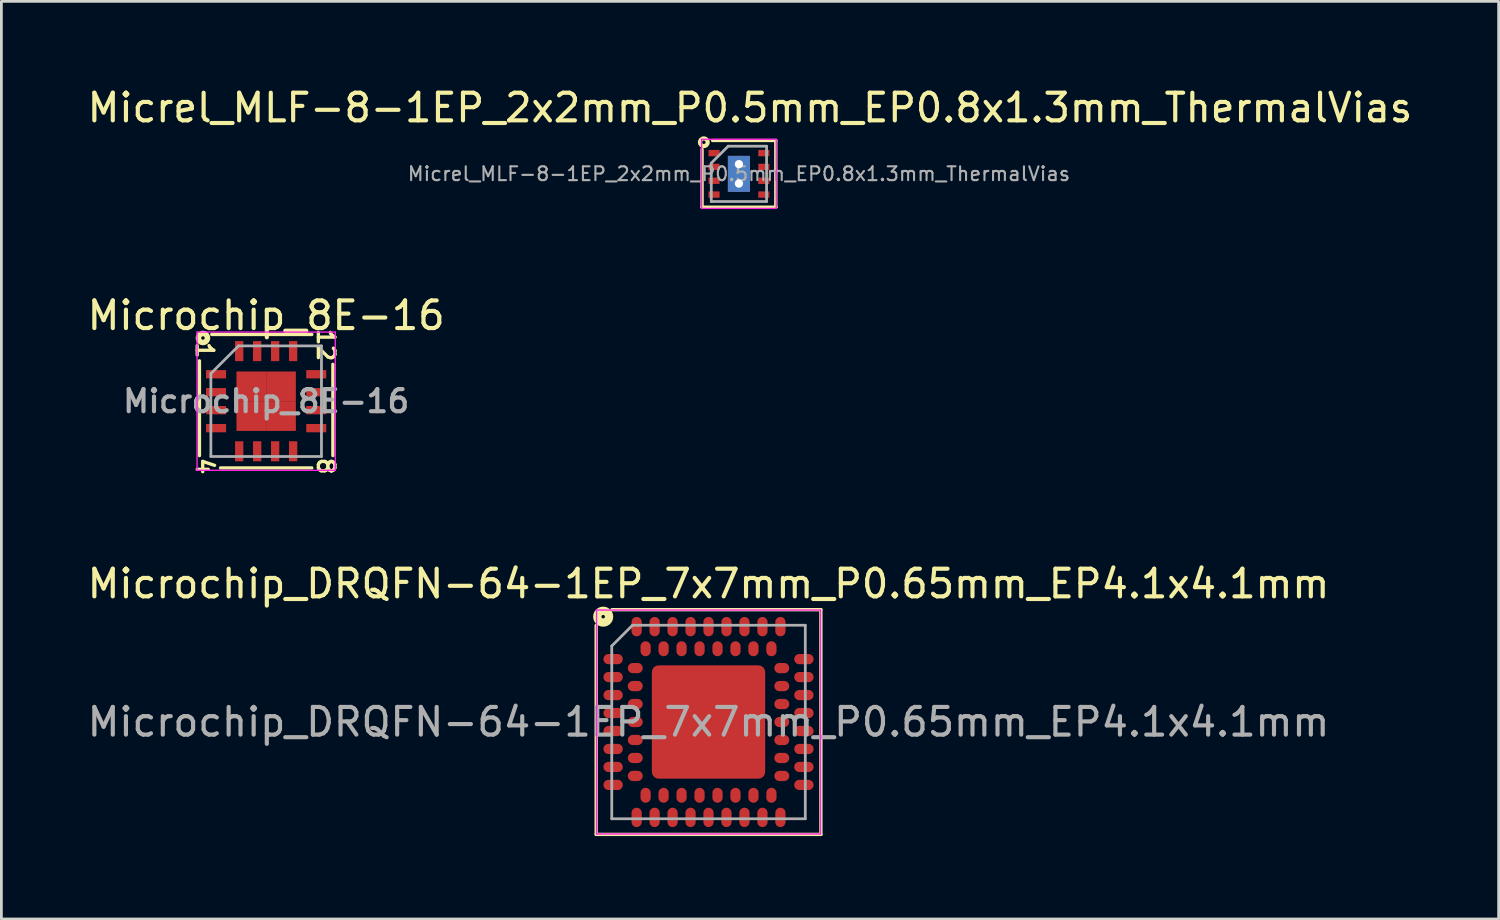
<source format=kicad_pcb>
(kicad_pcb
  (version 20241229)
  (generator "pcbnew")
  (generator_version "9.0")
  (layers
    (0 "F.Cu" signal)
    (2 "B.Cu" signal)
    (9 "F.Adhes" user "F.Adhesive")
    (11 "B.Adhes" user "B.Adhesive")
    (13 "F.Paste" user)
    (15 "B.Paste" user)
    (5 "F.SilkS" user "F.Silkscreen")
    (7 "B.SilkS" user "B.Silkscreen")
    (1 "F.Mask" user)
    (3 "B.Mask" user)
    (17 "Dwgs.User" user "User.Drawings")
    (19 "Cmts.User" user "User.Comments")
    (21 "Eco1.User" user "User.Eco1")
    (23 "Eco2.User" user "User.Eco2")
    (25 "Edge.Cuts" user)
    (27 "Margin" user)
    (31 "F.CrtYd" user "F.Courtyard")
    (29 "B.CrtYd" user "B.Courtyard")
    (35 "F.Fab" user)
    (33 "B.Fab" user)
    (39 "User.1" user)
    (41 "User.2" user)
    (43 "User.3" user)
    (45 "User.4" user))
  (footprint "Microchip_8E-16"
    (layer "F.Cu")
    (at 6.577 11.461)
    (property "Reference" "Microchip_8E-16" (at 0 -3.1 0) (layer "F.SilkS") (effects (font (size 1 1) (thickness 0.15))))
    (attr smd)
    (fp_line (start -2.413 1.968) (end -2.413 -1.46) (stroke (width 0.12) (type solid)) (layer "F.SilkS"))
    (fp_line (start -1.968 -2.413) (end 1.651 -2.413) (stroke (width 0.12) (type solid)) (layer "F.SilkS"))
    (fp_line (start 1.651 2.413) (end -1.651 2.413) (stroke (width 0.12) (type solid)) (layer "F.SilkS"))
    (fp_line (start 2.413 -1.333) (end 2.413 1.968) (stroke (width 0.12) (type solid)) (layer "F.SilkS"))
    (fp_circle (center -2.286 -2.286) (end -2.223 -2.286) (stroke (width 0.2) (type solid)) (fill no) (layer "F.SilkS"))
    (fp_line (start -2.5 -2.5) (end -2.5 2.5) (stroke (width 0.05) (type solid)) (layer "F.CrtYd"))
    (fp_line (start -2.5 -2.5) (end 2.5 -2.5) (stroke (width 0.05) (type solid)) (layer "F.CrtYd"))
    (fp_line (start -2.5 2.5) (end 2.5 2.5) (stroke (width 0.05) (type solid)) (layer "F.CrtYd"))
    (fp_line (start 2.5 -2.5) (end 2.5 2.5) (stroke (width 0.05) (type solid)) (layer "F.CrtYd"))
    (fp_line (start -2 2) (end -2 -1) (stroke (width 0.1) (type solid)) (layer "F.Fab"))
    (fp_line (start -1 -2) (end -2 -1) (stroke (width 0.1) (type solid)) (layer "F.Fab"))
    (fp_line (start -1 -2) (end 2 -2) (stroke (width 0.1) (type solid)) (layer "F.Fab"))
    (fp_line (start 2 -2) (end 2 2) (stroke (width 0.1) (type solid)) (layer "F.Fab"))
    (fp_line (start 2 2) (end -2 2) (stroke (width 0.1) (type solid)) (layer "F.Fab"))
    (fp_text user "12" (at 2.159 -2.032 270) (unlocked yes) (layer "F.SilkS") (effects (font (size 0.6 0.6) (thickness 0.12))))
    (fp_text user "1" (at -2.223 -1.841 270) (unlocked yes) (layer "F.SilkS") (effects (font (size 0.6 0.6) (thickness 0.12))))
    (fp_text user "8" (at 2.159 2.349 270) (unlocked yes) (layer "F.SilkS") (effects (font (size 0.6 0.6) (thickness 0.12))))
    (fp_text user "4" (at -2.223 2.349 270) (unlocked yes) (layer "F.SilkS") (effects (font (size 0.6 0.6) (thickness 0.12))))
    (fp_text user "${REFERENCE}" (at 0 0 0) (layer "F.Fab") (effects (font (size 0.8 0.8) (thickness 0.15))))
    (pad "1" smd rect (at -1.812 -0.975) (size 0.725 0.3) (layers "F.Cu" "F.Mask" "F.Paste"))
    (pad "2" smd rect (at -1.812 -0.325) (size 0.725 0.3) (layers "F.Cu" "F.Mask" "F.Paste"))
    (pad "3" smd rect (at -1.812 0.325) (size 0.725 0.3) (layers "F.Cu" "F.Mask" "F.Paste"))
    (pad "4" smd rect (at -1.812 0.975) (size 0.725 0.3) (layers "F.Cu" "F.Mask" "F.Paste"))
    (pad "5" smd rect (at -0.975 1.812 90) (size 0.725 0.3) (layers "F.Cu" "F.Mask" "F.Paste"))
    (pad "6" smd rect (at -0.325 1.812 90) (size 0.725 0.3) (layers "F.Cu" "F.Mask" "F.Paste"))
    (pad "7" smd rect (at 0.325 1.812 90) (size 0.725 0.3) (layers "F.Cu" "F.Mask" "F.Paste"))
    (pad "8" smd rect (at 0.975 1.812 90) (size 0.725 0.3) (layers "F.Cu" "F.Mask" "F.Paste"))
    (pad "9" smd rect (at 1.812 0.975) (size 0.725 0.3) (layers "F.Cu" "F.Mask" "F.Paste"))
    (pad "10" smd rect (at 1.812 0.325) (size 0.725 0.3) (layers "F.Cu" "F.Mask" "F.Paste"))
    (pad "11" smd rect (at 1.812 -0.325) (size 0.725 0.3) (layers "F.Cu" "F.Mask" "F.Paste"))
    (pad "12" smd rect (at 1.812 -0.975) (size 0.725 0.3) (layers "F.Cu" "F.Mask" "F.Paste"))
    (pad "13" smd rect (at 0.975 -1.812 90) (size 0.725 0.3) (layers "F.Cu" "F.Mask" "F.Paste"))
    (pad "14" smd rect (at 0.325 -1.812 90) (size 0.725 0.3) (layers "F.Cu" "F.Mask" "F.Paste"))
    (pad "15" smd rect (at -0.325 -1.812 90) (size 0.725 0.3) (layers "F.Cu" "F.Mask" "F.Paste"))
    (pad "16" smd rect (at -0.975 -1.812 90) (size 0.725 0.3) (layers "F.Cu" "F.Mask" "F.Paste"))
    (pad "17" smd rect (at -0.537 -0.537) (size 1.075 1.075) (layers "F.Cu" "F.Mask" "F.Paste"))
    (pad "17" smd rect (at -0.537 0.537) (size 1.075 1.075) (layers "F.Cu" "F.Mask" "F.Paste"))
    (pad "17" smd rect (at 0.537 -0.537) (size 1.075 1.075) (layers "F.Cu" "F.Mask" "F.Paste"))
    (pad "17" smd rect (at 0.537 0.537) (size 1.075 1.075) (layers "F.Cu" "F.Mask" "F.Paste")))
  (footprint "Microchip_DRQFN-64-1EP_7x7mm_P0.65mm_EP4.1x4.1mm"
    (layer "F.Cu")
    (at 22.577 23.065)
    (property "Reference" "Microchip_DRQFN-64-1EP_7x7mm_P0.65mm_EP4.1x4.1mm" (at 0 -5 0) (layer "F.SilkS") (effects (font (size 1 1) (thickness 0.15))))
    (attr smd)
    (fp_line (start -4.064 4.064) (end -4.064 -3.493) (stroke (width 0.12) (type solid)) (layer "F.SilkS"))
    (fp_line (start -3.493 -4.064) (end 4.064 -4.064) (stroke (width 0.12) (type solid)) (layer "F.SilkS"))
    (fp_line (start 4.064 -4.064) (end 4.064 4.064) (stroke (width 0.12) (type solid)) (layer "F.SilkS"))
    (fp_line (start 4.064 4.064) (end -4.064 4.064) (stroke (width 0.12) (type solid)) (layer "F.SilkS"))
    (fp_circle (center -3.81 -3.81) (end -3.747 -3.81) (stroke (width 0.3) (type solid)) (fill no) (layer "F.SilkS"))
    (fp_line (start -4.05 -4.05) (end 4.05 -4.05) (stroke (width 0.05) (type solid)) (layer "F.CrtYd"))
    (fp_line (start -4.05 4.05) (end -4.05 -4.05) (stroke (width 0.05) (type solid)) (layer "F.CrtYd"))
    (fp_line (start 4.05 -4.05) (end 4.05 4.05) (stroke (width 0.05) (type solid)) (layer "F.CrtYd"))
    (fp_line (start 4.05 4.05) (end -4.05 4.05) (stroke (width 0.05) (type solid)) (layer "F.CrtYd"))
    (fp_line (start -3.5 -2.75) (end -2.75 -3.5) (stroke (width 0.1) (type solid)) (layer "F.Fab"))
    (fp_line (start -3.5 3.5) (end -3.5 -2.75) (stroke (width 0.1) (type solid)) (layer "F.Fab"))
    (fp_line (start -2.75 -3.5) (end 3.5 -3.5) (stroke (width 0.1) (type solid)) (layer "F.Fab"))
    (fp_line (start 3.5 -3.5) (end 3.5 3.5) (stroke (width 0.1) (type solid)) (layer "F.Fab"))
    (fp_line (start 3.5 3.5) (end -3.5 3.5) (stroke (width 0.1) (type solid)) (layer "F.Fab"))
    (fp_text user "${REFERENCE}" (at 0 0 0) (layer "F.Fab") (effects (font (size 1 1) (thickness 0.15))))
    (pad "" smd roundrect (at -1.3 -1.3) (size 1.15 1.15) (layers "F.Paste") (roundrect_rratio 0.1))
    (pad "" smd roundrect (at -1.3 0) (size 1.15 1.15) (layers "F.Paste") (roundrect_rratio 0.1))
    (pad "" smd roundrect (at -1.3 1.3) (size 1.15 1.15) (layers "F.Paste") (roundrect_rratio 0.1))
    (pad "" smd roundrect (at 0 -1.3) (size 1.15 1.15) (layers "F.Paste") (roundrect_rratio 0.1))
    (pad "" smd roundrect (at 0 0) (size 1.15 1.15) (layers "F.Paste") (roundrect_rratio 0.1))
    (pad "" smd roundrect (at 0 1.3) (size 1.15 1.15) (layers "F.Paste") (roundrect_rratio 0.1))
    (pad "" smd roundrect (at 1.3 -1.3) (size 1.15 1.15) (layers "F.Paste") (roundrect_rratio 0.1))
    (pad "" smd roundrect (at 1.3 0) (size 1.15 1.15) (layers "F.Paste") (roundrect_rratio 0.1))
    (pad "" smd roundrect (at 1.3 1.3) (size 1.15 1.15) (layers "F.Paste") (roundrect_rratio 0.1))
    (pad "A1" smd oval (at -3.45 -2.275) (size 0.7 0.37) (layers "F.Cu" "F.Mask" "F.Paste"))
    (pad "A2" smd oval (at -3.45 -1.625) (size 0.7 0.37) (layers "F.Cu" "F.Mask" "F.Paste"))
    (pad "A3" smd oval (at -3.45 -0.975) (size 0.7 0.37) (layers "F.Cu" "F.Mask" "F.Paste"))
    (pad "A4" smd oval (at -3.45 -0.325) (size 0.7 0.37) (layers "F.Cu" "F.Mask" "F.Paste"))
    (pad "A5" smd oval (at -3.45 0.325) (size 0.7 0.37) (layers "F.Cu" "F.Mask" "F.Paste"))
    (pad "A6" smd oval (at -3.45 0.975) (size 0.7 0.37) (layers "F.Cu" "F.Mask" "F.Paste"))
    (pad "A7" smd oval (at -3.45 1.625) (size 0.7 0.37) (layers "F.Cu" "F.Mask" "F.Paste"))
    (pad "A8" smd oval (at -3.45 2.275) (size 0.7 0.37) (layers "F.Cu" "F.Mask" "F.Paste"))
    (pad "A9" smd oval (at -2.6 3.45) (size 0.37 0.7) (layers "F.Cu" "F.Mask" "F.Paste"))
    (pad "A10" smd oval (at -1.95 3.45) (size 0.37 0.7) (layers "F.Cu" "F.Mask" "F.Paste"))
    (pad "A11" smd oval (at -1.3 3.45) (size 0.37 0.7) (layers "F.Cu" "F.Mask" "F.Paste"))
    (pad "A12" smd oval (at -0.65 3.45) (size 0.37 0.7) (layers "F.Cu" "F.Mask" "F.Paste"))
    (pad "A13" smd oval (at 0 3.45) (size 0.37 0.7) (layers "F.Cu" "F.Mask" "F.Paste"))
    (pad "A14" smd oval (at 0.65 3.45) (size 0.37 0.7) (layers "F.Cu" "F.Mask" "F.Paste"))
    (pad "A15" smd oval (at 1.3 3.45) (size 0.37 0.7) (layers "F.Cu" "F.Mask" "F.Paste"))
    (pad "A16" smd oval (at 1.95 3.45) (size 0.37 0.7) (layers "F.Cu" "F.Mask" "F.Paste"))
    (pad "A17" smd oval (at 2.6 3.45) (size 0.37 0.7) (layers "F.Cu" "F.Mask" "F.Paste"))
    (pad "A18" smd oval (at 3.45 2.275) (size 0.7 0.37) (layers "F.Cu" "F.Mask" "F.Paste"))
    (pad "A19" smd oval (at 3.45 1.625) (size 0.7 0.37) (layers "F.Cu" "F.Mask" "F.Paste"))
    (pad "A20" smd oval (at 3.45 0.975) (size 0.7 0.37) (layers "F.Cu" "F.Mask" "F.Paste"))
    (pad "A21" smd oval (at 3.45 0.325) (size 0.7 0.37) (layers "F.Cu" "F.Mask" "F.Paste"))
    (pad "A22" smd oval (at 3.45 -0.325) (size 0.7 0.37) (layers "F.Cu" "F.Mask" "F.Paste"))
    (pad "A23" smd oval (at 3.45 -0.975) (size 0.7 0.37) (layers "F.Cu" "F.Mask" "F.Paste"))
    (pad "A24" smd oval (at 3.45 -1.625) (size 0.7 0.37) (layers "F.Cu" "F.Mask" "F.Paste"))
    (pad "A25" smd oval (at 3.45 -2.275) (size 0.7 0.37) (layers "F.Cu" "F.Mask" "F.Paste"))
    (pad "A26" smd oval (at 2.6 -3.45) (size 0.37 0.7) (layers "F.Cu" "F.Mask" "F.Paste"))
    (pad "A27" smd oval (at 1.95 -3.45) (size 0.37 0.7) (layers "F.Cu" "F.Mask" "F.Paste"))
    (pad "A28" smd oval (at 1.3 -3.45) (size 0.37 0.7) (layers "F.Cu" "F.Mask" "F.Paste"))
    (pad "A29" smd oval (at 0.65 -3.45) (size 0.37 0.7) (layers "F.Cu" "F.Mask" "F.Paste"))
    (pad "A30" smd oval (at 0 -3.45) (size 0.37 0.7) (layers "F.Cu" "F.Mask" "F.Paste"))
    (pad "A31" smd oval (at -0.65 -3.45) (size 0.37 0.7) (layers "F.Cu" "F.Mask" "F.Paste"))
    (pad "A32" smd oval (at -1.3 -3.45) (size 0.37 0.7) (layers "F.Cu" "F.Mask" "F.Paste"))
    (pad "A33" smd oval (at -1.95 -3.45) (size 0.37 0.7) (layers "F.Cu" "F.Mask" "F.Paste"))
    (pad "A34" smd oval (at -2.6 -3.45) (size 0.37 0.7) (layers "F.Cu" "F.Mask" "F.Paste"))
    (pad "B1" smd oval (at -2.65 -1.95) (size 0.54 0.37) (layers "F.Cu" "F.Mask" "F.Paste"))
    (pad "B2" smd oval (at -2.65 -1.3) (size 0.54 0.37) (layers "F.Cu" "F.Mask" "F.Paste"))
    (pad "B3" smd oval (at -2.65 -0.65) (size 0.54 0.37) (layers "F.Cu" "F.Mask" "F.Paste"))
    (pad "B4" smd oval (at -2.65 0) (size 0.54 0.37) (layers "F.Cu" "F.Mask" "F.Paste"))
    (pad "B5" smd oval (at -2.65 0.65) (size 0.54 0.37) (layers "F.Cu" "F.Mask" "F.Paste"))
    (pad "B6" smd oval (at -2.65 1.3) (size 0.54 0.37) (layers "F.Cu" "F.Mask" "F.Paste"))
    (pad "B7" smd oval (at -2.65 1.95) (size 0.54 0.37) (layers "F.Cu" "F.Mask" "F.Paste"))
    (pad "B8" smd oval (at -2.275 2.65) (size 0.37 0.54) (layers "F.Cu" "F.Mask" "F.Paste"))
    (pad "B9" smd oval (at -1.625 2.65) (size 0.37 0.54) (layers "F.Cu" "F.Mask" "F.Paste"))
    (pad "B10" smd oval (at -0.975 2.65) (size 0.37 0.54) (layers "F.Cu" "F.Mask" "F.Paste"))
    (pad "B11" smd oval (at -0.325 2.65) (size 0.37 0.54) (layers "F.Cu" "F.Mask" "F.Paste"))
    (pad "B12" smd oval (at 0.325 2.65) (size 0.37 0.54) (layers "F.Cu" "F.Mask" "F.Paste"))
    (pad "B13" smd oval (at 0.975 2.65) (size 0.37 0.54) (layers "F.Cu" "F.Mask" "F.Paste"))
    (pad "B14" smd oval (at 1.625 2.65) (size 0.37 0.54) (layers "F.Cu" "F.Mask" "F.Paste"))
    (pad "B15" smd oval (at 2.275 2.65) (size 0.37 0.54) (layers "F.Cu" "F.Mask" "F.Paste"))
    (pad "B16" smd oval (at 2.65 1.95) (size 0.54 0.37) (layers "F.Cu" "F.Mask" "F.Paste"))
    (pad "B17" smd oval (at 2.65 1.3) (size 0.54 0.37) (layers "F.Cu" "F.Mask" "F.Paste"))
    (pad "B18" smd oval (at 2.65 0.65) (size 0.54 0.37) (layers "F.Cu" "F.Mask" "F.Paste"))
    (pad "B19" smd oval (at 2.65 0) (size 0.54 0.37) (layers "F.Cu" "F.Mask" "F.Paste"))
    (pad "B20" smd oval (at 2.65 -0.65) (size 0.54 0.37) (layers "F.Cu" "F.Mask" "F.Paste"))
    (pad "B21" smd oval (at 2.65 -1.3) (size 0.54 0.37) (layers "F.Cu" "F.Mask" "F.Paste"))
    (pad "B22" smd oval (at 2.65 -1.95) (size 0.54 0.37) (layers "F.Cu" "F.Mask" "F.Paste"))
    (pad "B23" smd oval (at 2.275 -2.65) (size 0.37 0.54) (layers "F.Cu" "F.Mask" "F.Paste"))
    (pad "B24" smd oval (at 1.625 -2.65) (size 0.37 0.54) (layers "F.Cu" "F.Mask" "F.Paste"))
    (pad "B25" smd oval (at 0.975 -2.65) (size 0.37 0.54) (layers "F.Cu" "F.Mask" "F.Paste"))
    (pad "B26" smd oval (at 0.325 -2.65) (size 0.37 0.54) (layers "F.Cu" "F.Mask" "F.Paste"))
    (pad "B27" smd oval (at -0.325 -2.65) (size 0.37 0.54) (layers "F.Cu" "F.Mask" "F.Paste"))
    (pad "B28" smd oval (at -0.975 -2.65) (size 0.37 0.54) (layers "F.Cu" "F.Mask" "F.Paste"))
    (pad "B29" smd oval (at -1.625 -2.65) (size 0.37 0.54) (layers "F.Cu" "F.Mask" "F.Paste"))
    (pad "B30" smd oval (at -2.275 -2.65) (size 0.37 0.54) (layers "F.Cu" "F.Mask" "F.Paste"))
    (pad "EP" smd roundrect (at 0 0) (size 4.1 4.1) (layers "F.Cu" "F.Mask") (roundrect_rratio 0.06)))
  (footprint "Micrel_MLF-8-1EP_2x2mm_P0.5mm_EP0.8x1.3mm_ThermalVias"
    (layer "F.Cu")
    (at 23.677 3.238)
    (property "Reference" "Micrel_MLF-8-1EP_2x2mm_P0.5mm_EP0.8x1.3mm_ThermalVias" (at 0.4 -2.39 0) (layer "F.SilkS") (effects (font (size 1 1) (thickness 0.15))))
    (attr smd)
    (fp_line (start -1.333 1.206) (end -1.333 -0.889) (stroke (width 0.12) (type solid)) (layer "F.SilkS"))
    (fp_line (start -0.953 -1.206) (end 1.333 -1.206) (stroke (width 0.12) (type solid)) (layer "F.SilkS"))
    (fp_line (start 1.333 -1.206) (end 1.333 1.206) (stroke (width 0.12) (type solid)) (layer "F.SilkS"))
    (fp_line (start 1.333 1.206) (end -1.333 1.206) (stroke (width 0.12) (type solid)) (layer "F.SilkS"))
    (fp_line (start 1.333 1.206) (end 1.333 1.206) (stroke (width 0.12) (type solid)) (layer "F.SilkS"))
    (fp_circle (center -1.27 -1.143) (end -1.206 -1.143) (stroke (width 0.15) (type solid)) (fill no) (layer "F.SilkS"))
    (fp_line (start -1.35 -1.25) (end -1.35 1.25) (stroke (width 0.05) (type solid)) (layer "F.CrtYd"))
    (fp_line (start -1.35 -1.25) (end 1.35 -1.25) (stroke (width 0.05) (type solid)) (layer "F.CrtYd"))
    (fp_line (start 1.35 1.25) (end -1.35 1.25) (stroke (width 0.05) (type solid)) (layer "F.CrtYd"))
    (fp_line (start 1.35 1.25) (end 1.35 -1.25) (stroke (width 0.05) (type solid)) (layer "F.CrtYd"))
    (fp_line (start -1 -0.39) (end -0.39 -1) (stroke (width 0.1) (type solid)) (layer "F.Fab"))
    (fp_line (start -1 -0.38) (end -1 1) (stroke (width 0.1) (type solid)) (layer "F.Fab"))
    (fp_line (start -0.39 -1) (end 1 -1) (stroke (width 0.1) (type solid)) (layer "F.Fab"))
    (fp_line (start 1 1) (end -1 1) (stroke (width 0.1) (type solid)) (layer "F.Fab"))
    (fp_line (start 1 1) (end 1 -1) (stroke (width 0.1) (type solid)) (layer "F.Fab"))
    (fp_text user "${REFERENCE}" (at 0 0 0) (layer "F.Fab") (effects (font (size 0.5 0.5) (thickness 0.075))))
    (pad "" smd rect (at 0 -0.35) (size 0.55 0.55) (layers "F.Paste"))
    (pad "" smd rect (at 0 0.35) (size 0.55 0.55) (layers "F.Paste"))
    (pad "1" smd rect (at -0.9 -0.75) (size 0.4 0.23) (layers "F.Cu" "F.Mask" "F.Paste"))
    (pad "2" smd rect (at -0.9 -0.25) (size 0.4 0.23) (layers "F.Cu" "F.Mask" "F.Paste"))
    (pad "3" smd rect (at -0.9 0.25) (size 0.4 0.23) (layers "F.Cu" "F.Mask" "F.Paste"))
    (pad "4" smd rect (at -0.9 0.75) (size 0.4 0.23) (layers "F.Cu" "F.Mask" "F.Paste"))
    (pad "5" smd rect (at 0.9 0.75) (size 0.4 0.23) (layers "F.Cu" "F.Mask" "F.Paste"))
    (pad "6" smd rect (at 0.9 0.25) (size 0.4 0.23) (layers "F.Cu" "F.Mask" "F.Paste"))
    (pad "7" smd rect (at 0.9 -0.25) (size 0.4 0.23) (layers "F.Cu" "F.Mask" "F.Paste"))
    (pad "8" smd rect (at 0.9 -0.75) (size 0.4 0.23) (layers "F.Cu" "F.Mask" "F.Paste"))
    (pad "9" thru_hole circle (at 0 -0.35) (size 0.6 0.6) (drill 0.3) (layers "*.Cu"))
    (pad "9" smd rect (at 0 0) (size 0.8 1.3) (layers "F.Cu" "F.Mask"))
    (pad "9" smd rect (at 0 0) (size 0.8 1.3) (layers "B.Cu" "B.Mask"))
    (pad "9" thru_hole circle (at 0 0.35) (size 0.6 0.6) (drill 0.3) (layers "*.Cu")))
  (gr_rect
    (start -3 -3)
    (end 51.155 30.189)
    (stroke (width 0.1) (type default))
    (fill no)
    (layer "Edge.Cuts")))
</source>
